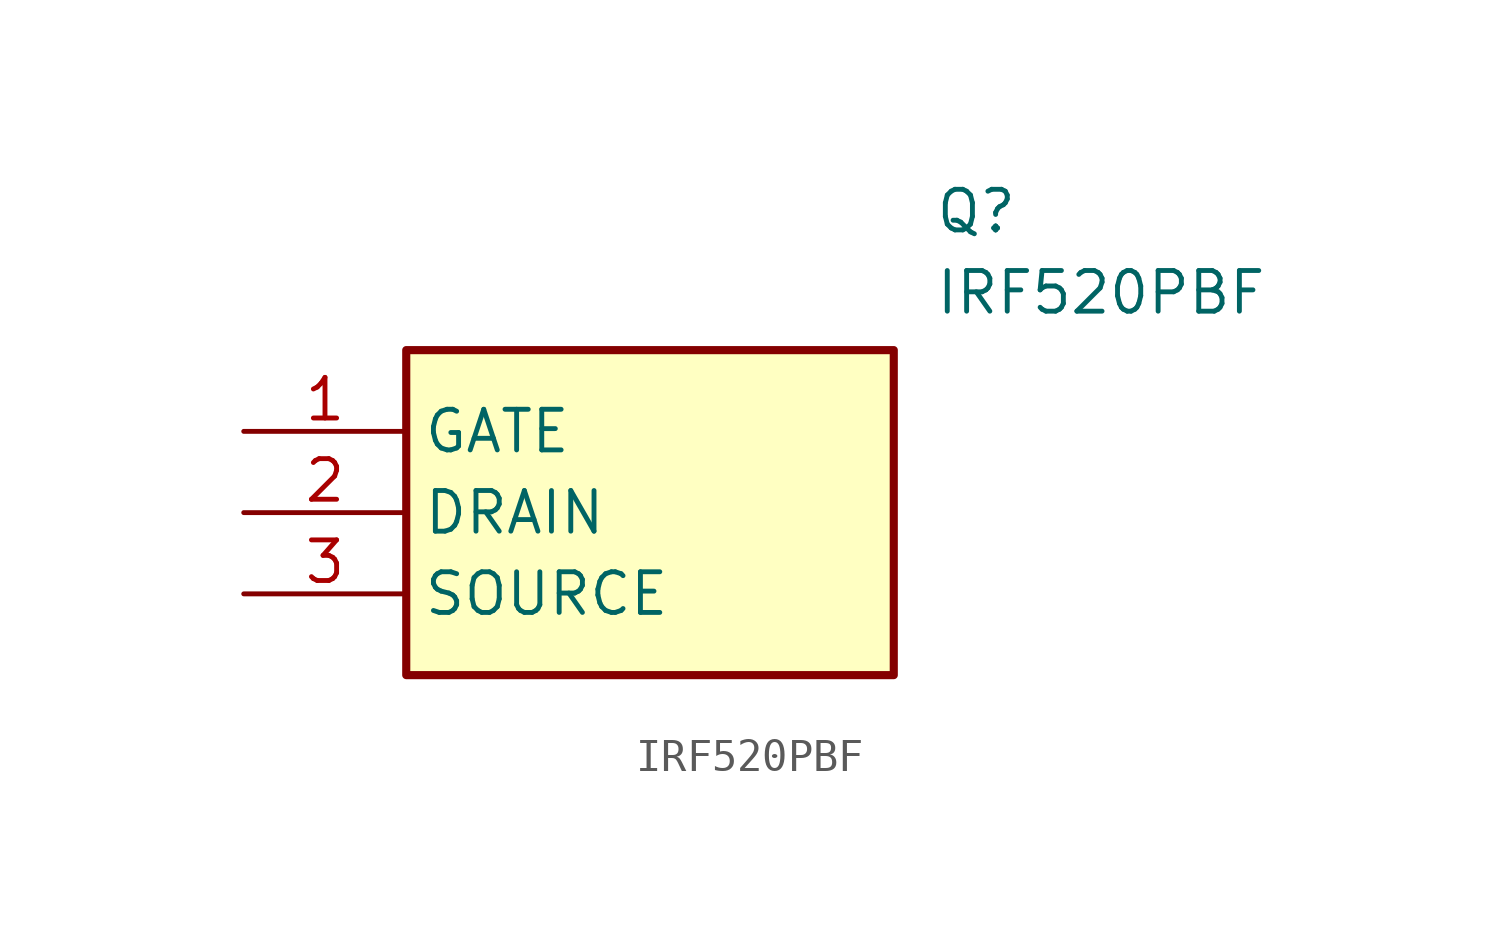
<source format=kicad_sym>
(kicad_symbol_lib
  (version 20211014)
  (generator SamacSys_ECAD_Model)
  (symbol "IRF520PBF"
    (property "Reference" "Q"
      (at 21.59 7.62 0)
      (effects (font (size 1.27 1.27)) (justify left top)))
    (property "Value" "IRF520PBF"
      (at 21.59 5.08 0)
      (effects (font (size 1.27 1.27)) (justify left top)))
    (rectangle
      (start 5.08 2.54)
      (end 20.32 -7.62)
      (stroke (width 0.254) (type default))
      (fill (type background)))
    (pin passive line
      (at 0 0 0)
      (length 5.08)
      (name "GATE" (effects (font (size 1.27 1.27))))
      (number "1" (effects (font (size 1.27 1.27)))))
    (pin passive line
      (at 0 -2.54 0)
      (length 5.08)
      (name "DRAIN" (effects (font (size 1.27 1.27))))
      (number "2" (effects (font (size 1.27 1.27)))))
    (pin passive line
      (at 0 -5.08 0)
      (length 5.08)
      (name "SOURCE" (effects (font (size 1.27 1.27))))
      (number "3" (effects (font (size 1.27 1.27)))))))
</source>
